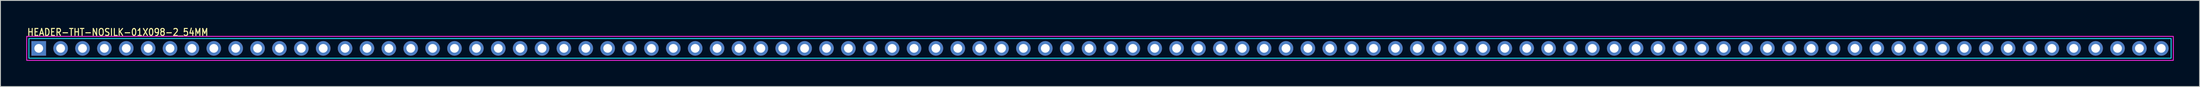
<source format=kicad_pcb>
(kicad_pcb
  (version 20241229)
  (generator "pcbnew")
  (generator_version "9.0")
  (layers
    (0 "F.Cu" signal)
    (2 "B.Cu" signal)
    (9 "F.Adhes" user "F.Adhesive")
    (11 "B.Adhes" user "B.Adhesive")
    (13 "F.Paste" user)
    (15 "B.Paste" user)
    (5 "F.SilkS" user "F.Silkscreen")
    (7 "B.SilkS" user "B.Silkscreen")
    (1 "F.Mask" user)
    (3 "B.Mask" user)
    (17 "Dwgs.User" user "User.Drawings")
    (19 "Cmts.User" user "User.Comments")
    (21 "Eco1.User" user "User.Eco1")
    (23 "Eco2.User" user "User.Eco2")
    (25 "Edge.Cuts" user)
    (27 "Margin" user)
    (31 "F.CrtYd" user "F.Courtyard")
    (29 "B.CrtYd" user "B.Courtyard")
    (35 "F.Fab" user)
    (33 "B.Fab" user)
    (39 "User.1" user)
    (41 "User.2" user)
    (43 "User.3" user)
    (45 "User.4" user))
  (footprint "HEADER-THT-NOSILK-01X098-2_54MM"
    (layer "F.Cu")
    (at 1.447 2.579)
    (property "Reference" "HEADER-THT-NOSILK-01X098-2_54MM" (at -1.4 -1.4 0) (unlocked yes) (layer "F.SilkS") (effects (font (size 0.813 0.695) (thickness 0.122)) (justify left bottom)))
    (fp_poly (pts (xy -1.143 -1.143) (xy 247.523 -1.143) (xy 247.523 1.143) (xy -1.143 1.143)) (stroke (width 0.1) (type solid)) (fill no) (layer "B.CrtYd"))
    (fp_poly (pts (xy -1.397 -1.397) (xy 247.777 -1.397) (xy 247.777 1.397) (xy -1.397 1.397)) (stroke (width 0.1) (type solid)) (fill no) (layer "F.CrtYd"))
    (pad "1" thru_hole rect (at 0 0) (size 1.693 1.693) (drill 1.016) (layers "*.Cu" "*.Mask"))
    (pad "2" thru_hole oval (at 2.54 0) (size 1.693 1.693) (drill 1.016) (layers "*.Cu" "*.Mask"))
    (pad "3" thru_hole oval (at 5.08 0) (size 1.693 1.693) (drill 1.016) (layers "*.Cu" "*.Mask"))
    (pad "4" thru_hole oval (at 7.62 0) (size 1.693 1.693) (drill 1.016) (layers "*.Cu" "*.Mask"))
    (pad "5" thru_hole oval (at 10.16 0) (size 1.693 1.693) (drill 1.016) (layers "*.Cu" "*.Mask"))
    (pad "6" thru_hole oval (at 12.7 0) (size 1.693 1.693) (drill 1.016) (layers "*.Cu" "*.Mask"))
    (pad "7" thru_hole oval (at 15.24 0) (size 1.693 1.693) (drill 1.016) (layers "*.Cu" "*.Mask"))
    (pad "8" thru_hole oval (at 17.78 0) (size 1.693 1.693) (drill 1.016) (layers "*.Cu" "*.Mask"))
    (pad "9" thru_hole oval (at 20.32 0) (size 1.693 1.693) (drill 1.016) (layers "*.Cu" "*.Mask"))
    (pad "10" thru_hole oval (at 22.86 0) (size 1.693 1.693) (drill 1.016) (layers "*.Cu" "*.Mask"))
    (pad "11" thru_hole oval (at 25.4 0) (size 1.693 1.693) (drill 1.016) (layers "*.Cu" "*.Mask"))
    (pad "12" thru_hole oval (at 27.94 0) (size 1.693 1.693) (drill 1.016) (layers "*.Cu" "*.Mask"))
    (pad "13" thru_hole oval (at 30.48 0) (size 1.693 1.693) (drill 1.016) (layers "*.Cu" "*.Mask"))
    (pad "14" thru_hole oval (at 33.02 0) (size 1.693 1.693) (drill 1.016) (layers "*.Cu" "*.Mask"))
    (pad "15" thru_hole oval (at 35.56 0) (size 1.693 1.693) (drill 1.016) (layers "*.Cu" "*.Mask"))
    (pad "16" thru_hole oval (at 38.1 0) (size 1.693 1.693) (drill 1.016) (layers "*.Cu" "*.Mask"))
    (pad "17" thru_hole oval (at 40.64 0) (size 1.693 1.693) (drill 1.016) (layers "*.Cu" "*.Mask"))
    (pad "18" thru_hole oval (at 43.18 0) (size 1.693 1.693) (drill 1.016) (layers "*.Cu" "*.Mask"))
    (pad "19" thru_hole oval (at 45.72 0) (size 1.693 1.693) (drill 1.016) (layers "*.Cu" "*.Mask"))
    (pad "20" thru_hole oval (at 48.26 0) (size 1.693 1.693) (drill 1.016) (layers "*.Cu" "*.Mask"))
    (pad "21" thru_hole oval (at 50.8 0) (size 1.693 1.693) (drill 1.016) (layers "*.Cu" "*.Mask"))
    (pad "22" thru_hole oval (at 53.34 0) (size 1.693 1.693) (drill 1.016) (layers "*.Cu" "*.Mask"))
    (pad "23" thru_hole oval (at 55.88 0) (size 1.693 1.693) (drill 1.016) (layers "*.Cu" "*.Mask"))
    (pad "24" thru_hole oval (at 58.42 0) (size 1.693 1.693) (drill 1.016) (layers "*.Cu" "*.Mask"))
    (pad "25" thru_hole oval (at 60.96 0) (size 1.693 1.693) (drill 1.016) (layers "*.Cu" "*.Mask"))
    (pad "26" thru_hole oval (at 63.5 0) (size 1.693 1.693) (drill 1.016) (layers "*.Cu" "*.Mask"))
    (pad "27" thru_hole oval (at 66.04 0) (size 1.693 1.693) (drill 1.016) (layers "*.Cu" "*.Mask"))
    (pad "28" thru_hole oval (at 68.58 0) (size 1.693 1.693) (drill 1.016) (layers "*.Cu" "*.Mask"))
    (pad "29" thru_hole oval (at 71.12 0) (size 1.693 1.693) (drill 1.016) (layers "*.Cu" "*.Mask"))
    (pad "30" thru_hole oval (at 73.66 0) (size 1.693 1.693) (drill 1.016) (layers "*.Cu" "*.Mask"))
    (pad "31" thru_hole oval (at 76.2 0) (size 1.693 1.693) (drill 1.016) (layers "*.Cu" "*.Mask"))
    (pad "32" thru_hole oval (at 78.74 0) (size 1.693 1.693) (drill 1.016) (layers "*.Cu" "*.Mask"))
    (pad "33" thru_hole oval (at 81.28 0) (size 1.693 1.693) (drill 1.016) (layers "*.Cu" "*.Mask"))
    (pad "34" thru_hole oval (at 83.82 0) (size 1.693 1.693) (drill 1.016) (layers "*.Cu" "*.Mask"))
    (pad "35" thru_hole oval (at 86.36 0) (size 1.693 1.693) (drill 1.016) (layers "*.Cu" "*.Mask"))
    (pad "36" thru_hole oval (at 88.9 0) (size 1.693 1.693) (drill 1.016) (layers "*.Cu" "*.Mask"))
    (pad "37" thru_hole oval (at 91.44 0) (size 1.693 1.693) (drill 1.016) (layers "*.Cu" "*.Mask"))
    (pad "38" thru_hole oval (at 93.98 0) (size 1.693 1.693) (drill 1.016) (layers "*.Cu" "*.Mask"))
    (pad "39" thru_hole oval (at 96.52 0) (size 1.693 1.693) (drill 1.016) (layers "*.Cu" "*.Mask"))
    (pad "40" thru_hole oval (at 99.06 0) (size 1.693 1.693) (drill 1.016) (layers "*.Cu" "*.Mask"))
    (pad "41" thru_hole oval (at 101.6 0) (size 1.693 1.693) (drill 1.016) (layers "*.Cu" "*.Mask"))
    (pad "42" thru_hole oval (at 104.14 0) (size 1.693 1.693) (drill 1.016) (layers "*.Cu" "*.Mask"))
    (pad "43" thru_hole oval (at 106.68 0) (size 1.693 1.693) (drill 1.016) (layers "*.Cu" "*.Mask"))
    (pad "44" thru_hole oval (at 109.22 0) (size 1.693 1.693) (drill 1.016) (layers "*.Cu" "*.Mask"))
    (pad "45" thru_hole oval (at 111.76 0) (size 1.693 1.693) (drill 1.016) (layers "*.Cu" "*.Mask"))
    (pad "46" thru_hole oval (at 114.3 0) (size 1.693 1.693) (drill 1.016) (layers "*.Cu" "*.Mask"))
    (pad "47" thru_hole oval (at 116.84 0) (size 1.693 1.693) (drill 1.016) (layers "*.Cu" "*.Mask"))
    (pad "48" thru_hole oval (at 119.38 0) (size 1.693 1.693) (drill 1.016) (layers "*.Cu" "*.Mask"))
    (pad "49" thru_hole oval (at 121.92 0) (size 1.693 1.693) (drill 1.016) (layers "*.Cu" "*.Mask"))
    (pad "50" thru_hole oval (at 124.46 0) (size 1.693 1.693) (drill 1.016) (layers "*.Cu" "*.Mask"))
    (pad "51" thru_hole oval (at 127 0) (size 1.693 1.693) (drill 1.016) (layers "*.Cu" "*.Mask"))
    (pad "52" thru_hole oval (at 129.54 0) (size 1.693 1.693) (drill 1.016) (layers "*.Cu" "*.Mask"))
    (pad "53" thru_hole oval (at 132.08 0) (size 1.693 1.693) (drill 1.016) (layers "*.Cu" "*.Mask"))
    (pad "54" thru_hole oval (at 134.62 0) (size 1.693 1.693) (drill 1.016) (layers "*.Cu" "*.Mask"))
    (pad "55" thru_hole oval (at 137.16 0) (size 1.693 1.693) (drill 1.016) (layers "*.Cu" "*.Mask"))
    (pad "56" thru_hole oval (at 139.7 0) (size 1.693 1.693) (drill 1.016) (layers "*.Cu" "*.Mask"))
    (pad "57" thru_hole oval (at 142.24 0) (size 1.693 1.693) (drill 1.016) (layers "*.Cu" "*.Mask"))
    (pad "58" thru_hole oval (at 144.78 0) (size 1.693 1.693) (drill 1.016) (layers "*.Cu" "*.Mask"))
    (pad "59" thru_hole oval (at 147.32 0) (size 1.693 1.693) (drill 1.016) (layers "*.Cu" "*.Mask"))
    (pad "60" thru_hole oval (at 149.86 0) (size 1.693 1.693) (drill 1.016) (layers "*.Cu" "*.Mask"))
    (pad "61" thru_hole oval (at 152.4 0) (size 1.693 1.693) (drill 1.016) (layers "*.Cu" "*.Mask"))
    (pad "62" thru_hole oval (at 154.94 0) (size 1.693 1.693) (drill 1.016) (layers "*.Cu" "*.Mask"))
    (pad "63" thru_hole oval (at 157.48 0) (size 1.693 1.693) (drill 1.016) (layers "*.Cu" "*.Mask"))
    (pad "64" thru_hole oval (at 160.02 0) (size 1.693 1.693) (drill 1.016) (layers "*.Cu" "*.Mask"))
    (pad "65" thru_hole oval (at 162.56 0) (size 1.693 1.693) (drill 1.016) (layers "*.Cu" "*.Mask"))
    (pad "66" thru_hole oval (at 165.1 0) (size 1.693 1.693) (drill 1.016) (layers "*.Cu" "*.Mask"))
    (pad "67" thru_hole oval (at 167.64 0) (size 1.693 1.693) (drill 1.016) (layers "*.Cu" "*.Mask"))
    (pad "68" thru_hole oval (at 170.18 0) (size 1.693 1.693) (drill 1.016) (layers "*.Cu" "*.Mask"))
    (pad "69" thru_hole oval (at 172.72 0) (size 1.693 1.693) (drill 1.016) (layers "*.Cu" "*.Mask"))
    (pad "70" thru_hole oval (at 175.26 0) (size 1.693 1.693) (drill 1.016) (layers "*.Cu" "*.Mask"))
    (pad "71" thru_hole oval (at 177.8 0) (size 1.693 1.693) (drill 1.016) (layers "*.Cu" "*.Mask"))
    (pad "72" thru_hole oval (at 180.34 0) (size 1.693 1.693) (drill 1.016) (layers "*.Cu" "*.Mask"))
    (pad "73" thru_hole oval (at 182.88 0) (size 1.693 1.693) (drill 1.016) (layers "*.Cu" "*.Mask"))
    (pad "74" thru_hole oval (at 185.42 0) (size 1.693 1.693) (drill 1.016) (layers "*.Cu" "*.Mask"))
    (pad "75" thru_hole oval (at 187.96 0) (size 1.693 1.693) (drill 1.016) (layers "*.Cu" "*.Mask"))
    (pad "76" thru_hole oval (at 190.5 0) (size 1.693 1.693) (drill 1.016) (layers "*.Cu" "*.Mask"))
    (pad "77" thru_hole oval (at 193.04 0) (size 1.693 1.693) (drill 1.016) (layers "*.Cu" "*.Mask"))
    (pad "78" thru_hole oval (at 195.58 0) (size 1.693 1.693) (drill 1.016) (layers "*.Cu" "*.Mask"))
    (pad "79" thru_hole oval (at 198.12 0) (size 1.693 1.693) (drill 1.016) (layers "*.Cu" "*.Mask"))
    (pad "80" thru_hole oval (at 200.66 0) (size 1.693 1.693) (drill 1.016) (layers "*.Cu" "*.Mask"))
    (pad "81" thru_hole oval (at 203.2 0) (size 1.693 1.693) (drill 1.016) (layers "*.Cu" "*.Mask"))
    (pad "82" thru_hole oval (at 205.74 0) (size 1.693 1.693) (drill 1.016) (layers "*.Cu" "*.Mask"))
    (pad "83" thru_hole oval (at 208.28 0) (size 1.693 1.693) (drill 1.016) (layers "*.Cu" "*.Mask"))
    (pad "84" thru_hole oval (at 210.82 0) (size 1.693 1.693) (drill 1.016) (layers "*.Cu" "*.Mask"))
    (pad "85" thru_hole oval (at 213.36 0) (size 1.693 1.693) (drill 1.016) (layers "*.Cu" "*.Mask"))
    (pad "86" thru_hole oval (at 215.9 0) (size 1.693 1.693) (drill 1.016) (layers "*.Cu" "*.Mask"))
    (pad "87" thru_hole oval (at 218.44 0) (size 1.693 1.693) (drill 1.016) (layers "*.Cu" "*.Mask"))
    (pad "88" thru_hole oval (at 220.98 0) (size 1.693 1.693) (drill 1.016) (layers "*.Cu" "*.Mask"))
    (pad "89" thru_hole oval (at 223.52 0) (size 1.693 1.693) (drill 1.016) (layers "*.Cu" "*.Mask"))
    (pad "90" thru_hole oval (at 226.06 0) (size 1.693 1.693) (drill 1.016) (layers "*.Cu" "*.Mask"))
    (pad "91" thru_hole oval (at 228.6 0) (size 1.693 1.693) (drill 1.016) (layers "*.Cu" "*.Mask"))
    (pad "92" thru_hole oval (at 231.14 0) (size 1.693 1.693) (drill 1.016) (layers "*.Cu" "*.Mask"))
    (pad "93" thru_hole oval (at 233.68 0) (size 1.693 1.693) (drill 1.016) (layers "*.Cu" "*.Mask"))
    (pad "94" thru_hole oval (at 236.22 0) (size 1.693 1.693) (drill 1.016) (layers "*.Cu" "*.Mask"))
    (pad "95" thru_hole oval (at 238.76 0) (size 1.693 1.693) (drill 1.016) (layers "*.Cu" "*.Mask"))
    (pad "96" thru_hole oval (at 241.3 0) (size 1.693 1.693) (drill 1.016) (layers "*.Cu" "*.Mask"))
    (pad "97" thru_hole oval (at 243.84 0) (size 1.693 1.693) (drill 1.016) (layers "*.Cu" "*.Mask"))
    (pad "98" thru_hole oval (at 246.38 0) (size 1.693 1.693) (drill 1.016) (layers "*.Cu" "*.Mask")))
  (gr_rect
    (start -3 -3)
    (end 252.274 7.026)
    (stroke (width 0.1) (type default))
    (fill no)
    (layer "Edge.Cuts")))
</source>
